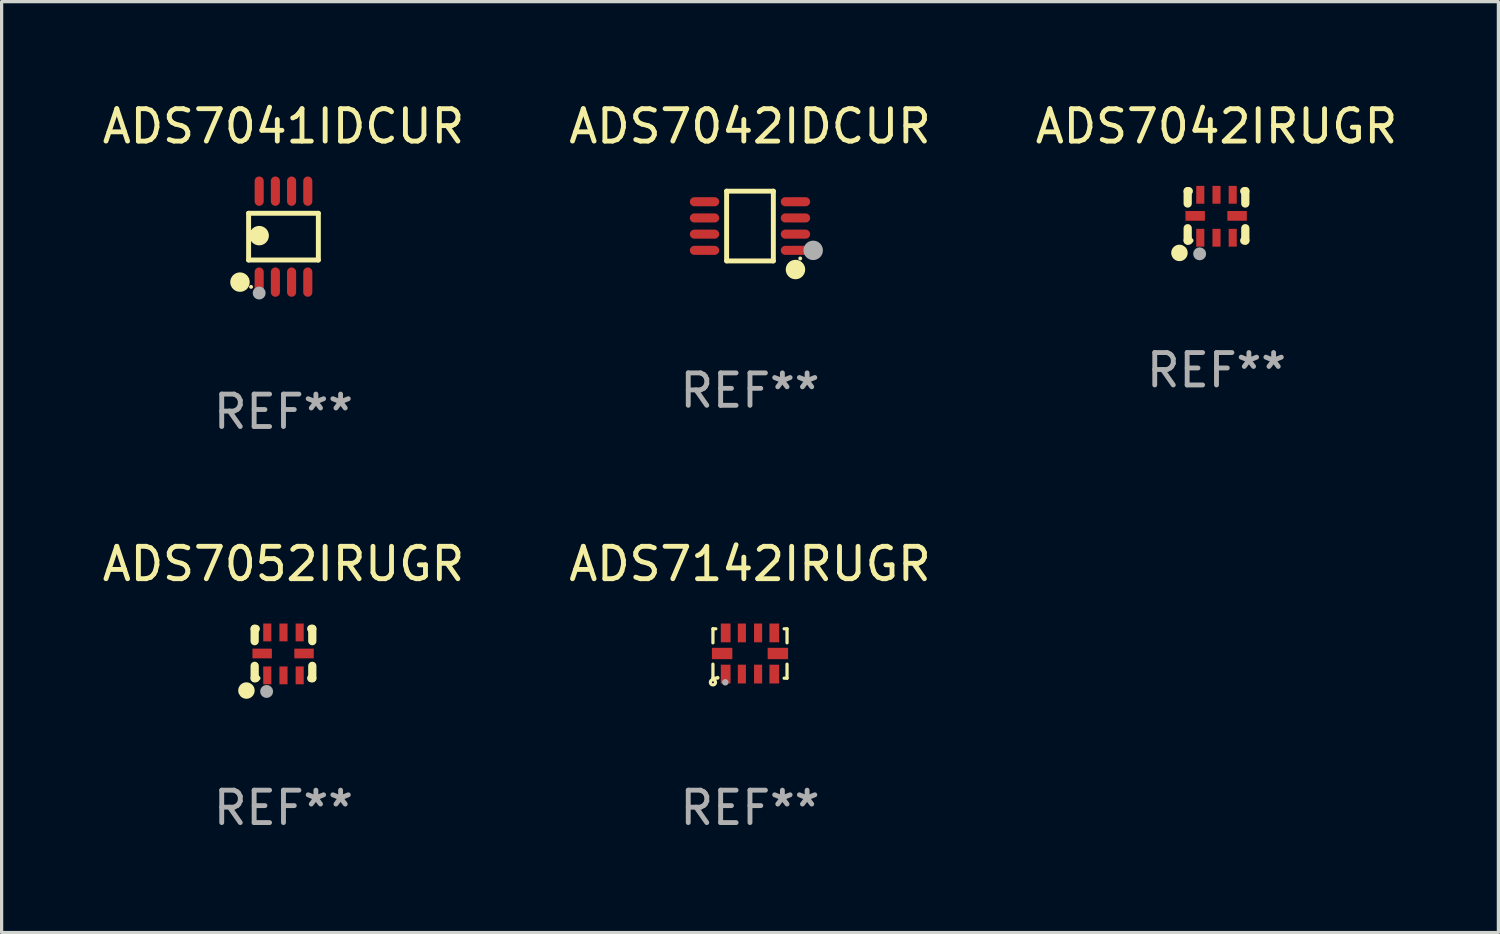
<source format=kicad_pcb>
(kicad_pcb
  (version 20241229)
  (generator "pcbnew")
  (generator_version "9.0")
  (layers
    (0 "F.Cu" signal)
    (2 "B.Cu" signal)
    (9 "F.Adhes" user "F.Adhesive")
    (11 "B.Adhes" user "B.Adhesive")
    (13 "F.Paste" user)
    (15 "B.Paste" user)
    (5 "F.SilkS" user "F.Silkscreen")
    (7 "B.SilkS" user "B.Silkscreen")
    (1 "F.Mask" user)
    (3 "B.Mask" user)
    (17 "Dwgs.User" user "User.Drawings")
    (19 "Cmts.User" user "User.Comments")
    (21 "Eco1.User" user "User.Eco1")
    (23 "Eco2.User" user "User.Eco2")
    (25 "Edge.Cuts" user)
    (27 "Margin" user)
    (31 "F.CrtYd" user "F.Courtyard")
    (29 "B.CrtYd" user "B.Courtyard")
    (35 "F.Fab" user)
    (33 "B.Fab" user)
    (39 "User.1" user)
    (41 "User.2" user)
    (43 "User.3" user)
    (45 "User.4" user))
  (footprint "ADS7052IRUGR"
    (layer "F.Cu")
    (at 5.696 17.112)
    (property "Reference" "ADS7052IRUGR" (at 0 -2.762 0) (layer "F.SilkS") (effects (font (size 1 1) (thickness 0.15))))
    (attr through_hole)
    (fp_line (start -0.889 -0.762) (end -0.889 -0.381) (stroke (width 0.254) (type solid)) (layer "F.SilkS"))
    (fp_line (start -0.889 0.381) (end -0.889 0.762) (stroke (width 0.254) (type solid)) (layer "F.SilkS"))
    (fp_line (start -0.889 0.762) (end -0.856 0.762) (stroke (width 0.254) (type solid)) (layer "F.SilkS"))
    (fp_line (start -0.856 -0.762) (end -0.889 -0.762) (stroke (width 0.254) (type solid)) (layer "F.SilkS"))
    (fp_line (start 0.856 0.762) (end 0.889 0.762) (stroke (width 0.254) (type solid)) (layer "F.SilkS"))
    (fp_line (start 0.889 -0.762) (end 0.856 -0.762) (stroke (width 0.254) (type solid)) (layer "F.SilkS"))
    (fp_line (start 0.889 -0.381) (end 0.889 -0.762) (stroke (width 0.254) (type solid)) (layer "F.SilkS"))
    (fp_line (start 0.889 0.762) (end 0.889 0.381) (stroke (width 0.254) (type solid)) (layer "F.SilkS"))
    (fp_circle (center -1.143 1.143) (end -1.016 1.143) (stroke (width 0.254) (type solid)) (fill no) (layer "F.SilkS"))
    (fp_circle (center -0.768 0.762) (end -0.738 0.762) (stroke (width 0.06) (type solid)) (fill no) (layer "F.SilkS"))
    (fp_circle (center -0.52 1.171) (end -0.42 1.171) (stroke (width 0.2) (type solid)) (fill no) (layer "F.Fab"))
    (fp_text user "REF**" (at 0 4.762 0) (layer "F.Fab") (effects (font (size 1 1) (thickness 0.15))))
    (pad "1" smd rect (at -0.5 0.675 270) (size 0.55 0.25) (layers "F.Cu" "F.Mask" "F.Paste"))
    (pad "2" smd rect (at 0.000025 0.675 270) (size 0.55 0.25) (layers "F.Cu" "F.Mask" "F.Paste"))
    (pad "3" smd rect (at 0.5 0.675 270) (size 0.55 0.25) (layers "F.Cu" "F.Mask" "F.Paste"))
    (pad "4" smd rect (at 0.635 0.000051) (size 0.6 0.3) (layers "F.Cu" "F.Mask" "F.Paste"))
    (pad "5" smd rect (at 0.5 -0.65 270) (size 0.55 0.25) (layers "F.Cu" "F.Mask" "F.Paste"))
    (pad "6" smd rect (at 0.000025 -0.65 270) (size 0.55 0.25) (layers "F.Cu" "F.Mask" "F.Paste"))
    (pad "7" smd rect (at -0.5 -0.65 270) (size 0.55 0.25) (layers "F.Cu" "F.Mask" "F.Paste"))
    (pad "8" smd rect (at -0.658 0.000051) (size 0.6 0.3) (layers "F.Cu" "F.Mask" "F.Paste")))
  (footprint "ADS7041IDCUR"
    (layer "F.Cu")
    (at 5.696 4.251)
    (property "Reference" "ADS7041IDCUR" (at 0 -3.403 0) (layer "F.SilkS") (effects (font (size 1 1) (thickness 0.15))))
    (attr through_hole)
    (fp_line (start -1.076 -0.721) (end 1.076 -0.721) (stroke (width 0.152) (type solid)) (layer "F.SilkS"))
    (fp_line (start -1.076 0.721) (end -1.076 -0.721) (stroke (width 0.152) (type solid)) (layer "F.SilkS"))
    (fp_line (start 1.076 -0.721) (end 1.076 0.721) (stroke (width 0.152) (type solid)) (layer "F.SilkS"))
    (fp_line (start 1.076 0.721) (end -1.076 0.721) (stroke (width 0.152) (type solid)) (layer "F.SilkS"))
    (fp_circle (center -1.342 1.403) (end -1.192 1.403) (stroke (width 0.3) (type solid)) (fill no) (layer "F.SilkS"))
    (fp_circle (center -1 1.55) (end -0.97 1.55) (stroke (width 0.06) (type solid)) (fill no) (layer "F.SilkS"))
    (fp_circle (center -0.75 -0.031) (end -0.6 -0.031) (stroke (width 0.3) (type solid)) (fill no) (layer "F.SilkS"))
    (fp_circle (center -0.75 1.74) (end -0.65 1.74) (stroke (width 0.2) (type solid)) (fill no) (layer "F.Fab"))
    (fp_text user "REF**" (at 0 5.403 0) (layer "F.Fab") (effects (font (size 1 1) (thickness 0.15))))
    (pad "1" smd oval (at -0.75 1.403) (size 0.28 0.905) (layers "F.Cu" "F.Mask" "F.Paste"))
    (pad "2" smd oval (at -0.25 1.403) (size 0.28 0.905) (layers "F.Cu" "F.Mask" "F.Paste"))
    (pad "3" smd oval (at 0.25 1.403) (size 0.28 0.905) (layers "F.Cu" "F.Mask" "F.Paste"))
    (pad "4" smd oval (at 0.75 1.403) (size 0.28 0.905) (layers "F.Cu" "F.Mask" "F.Paste"))
    (pad "5" smd oval (at 0.75 -1.403) (size 0.28 0.905) (layers "F.Cu" "F.Mask" "F.Paste"))
    (pad "6" smd oval (at 0.25 -1.403) (size 0.28 0.905) (layers "F.Cu" "F.Mask" "F.Paste"))
    (pad "7" smd oval (at -0.25 -1.403) (size 0.28 0.905) (layers "F.Cu" "F.Mask" "F.Paste"))
    (pad "8" smd oval (at -0.75 -1.403) (size 0.28 0.905) (layers "F.Cu" "F.Mask" "F.Paste")))
  (footprint "ADS7142IRUGR"
    (layer "F.Cu")
    (at 20.089 17.112)
    (property "Reference" "ADS7142IRUGR" (at 0 -2.762 0) (layer "F.SilkS") (effects (font (size 1 1) (thickness 0.15))))
    (attr through_hole)
    (fp_line (start -1.143 -0.762) (end -1.143 -0.329) (stroke (width 0.1) (type solid)) (layer "F.SilkS"))
    (fp_line (start -1.143 0.329) (end -1.143 0.762) (stroke (width 0.1) (type solid)) (layer "F.SilkS"))
    (fp_line (start -1.143 0.762) (end -1.054 0.762) (stroke (width 0.1) (type solid)) (layer "F.SilkS"))
    (fp_line (start -1.054 -0.762) (end -1.143 -0.762) (stroke (width 0.1) (type solid)) (layer "F.SilkS"))
    (fp_line (start 1.054 0.762) (end 1.143 0.762) (stroke (width 0.1) (type solid)) (layer "F.SilkS"))
    (fp_line (start 1.143 -0.762) (end 1.054 -0.762) (stroke (width 0.1) (type solid)) (layer "F.SilkS"))
    (fp_line (start 1.143 -0.329) (end 1.143 -0.762) (stroke (width 0.1) (type solid)) (layer "F.SilkS"))
    (fp_line (start 1.143 0.762) (end 1.143 0.329) (stroke (width 0.1) (type solid)) (layer "F.SilkS"))
    (fp_circle (center -1.143 0.889) (end -1.063 0.889) (stroke (width 0.1) (type solid)) (fill no) (layer "F.SilkS"))
    (fp_circle (center -1 0.75) (end -0.97 0.75) (stroke (width 0.06) (type solid)) (fill no) (layer "F.SilkS"))
    (fp_circle (center -0.762 0.889) (end -0.712 0.889) (stroke (width 0.1) (type solid)) (fill no) (layer "F.Fab"))
    (fp_text user "REF**" (at 0 4.762 0) (layer "F.Fab") (effects (font (size 1 1) (thickness 0.15))))
    (pad "1" smd rect (at -0.75 0.635) (size 0.3 0.58) (layers "F.Cu" "F.Mask" "F.Paste"))
    (pad "2" smd rect (at -0.25 0.635) (size 0.25 0.58) (layers "F.Cu" "F.Mask" "F.Paste"))
    (pad "3" smd rect (at 0.25 0.635) (size 0.25 0.58) (layers "F.Cu" "F.Mask" "F.Paste"))
    (pad "4" smd rect (at 0.75 0.635) (size 0.3 0.58) (layers "F.Cu" "F.Mask" "F.Paste"))
    (pad "5" smd rect (at 0.86 0 90) (size 0.35 0.63) (layers "F.Cu" "F.Mask" "F.Paste"))
    (pad "6" smd rect (at 0.75 -0.635) (size 0.3 0.58) (layers "F.Cu" "F.Mask" "F.Paste"))
    (pad "7" smd rect (at 0.25 -0.635) (size 0.25 0.58) (layers "F.Cu" "F.Mask" "F.Paste"))
    (pad "8" smd rect (at -0.25 -0.635) (size 0.25 0.58) (layers "F.Cu" "F.Mask" "F.Paste"))
    (pad "9" smd rect (at -0.75 -0.635) (size 0.3 0.58) (layers "F.Cu" "F.Mask" "F.Paste"))
    (pad "10" smd rect (at -0.86 0 90) (size 0.35 0.63) (layers "F.Cu" "F.Mask" "F.Paste")))
  (footprint "ADS7042IRUGR"
    (layer "F.Cu")
    (at 34.482 3.61)
    (property "Reference" "ADS7042IRUGR" (at 0 -2.762 0) (layer "F.SilkS") (effects (font (size 1 1) (thickness 0.15))))
    (attr through_hole)
    (fp_line (start -0.889 -0.762) (end -0.889 -0.381) (stroke (width 0.254) (type solid)) (layer "F.SilkS"))
    (fp_line (start -0.889 0.381) (end -0.889 0.762) (stroke (width 0.254) (type solid)) (layer "F.SilkS"))
    (fp_line (start -0.889 0.762) (end -0.856 0.762) (stroke (width 0.254) (type solid)) (layer "F.SilkS"))
    (fp_line (start -0.856 -0.762) (end -0.889 -0.762) (stroke (width 0.254) (type solid)) (layer "F.SilkS"))
    (fp_line (start 0.856 0.762) (end 0.889 0.762) (stroke (width 0.254) (type solid)) (layer "F.SilkS"))
    (fp_line (start 0.889 -0.762) (end 0.856 -0.762) (stroke (width 0.254) (type solid)) (layer "F.SilkS"))
    (fp_line (start 0.889 -0.381) (end 0.889 -0.762) (stroke (width 0.254) (type solid)) (layer "F.SilkS"))
    (fp_line (start 0.889 0.762) (end 0.889 0.381) (stroke (width 0.254) (type solid)) (layer "F.SilkS"))
    (fp_circle (center -1.143 1.143) (end -1.016 1.143) (stroke (width 0.254) (type solid)) (fill no) (layer "F.SilkS"))
    (fp_circle (center -0.768 0.762) (end -0.738 0.762) (stroke (width 0.06) (type solid)) (fill no) (layer "F.SilkS"))
    (fp_circle (center -0.52 1.171) (end -0.42 1.171) (stroke (width 0.2) (type solid)) (fill no) (layer "F.Fab"))
    (fp_text user "REF**" (at 0 4.762 0) (layer "F.Fab") (effects (font (size 1 1) (thickness 0.15))))
    (pad "1" smd rect (at -0.5 0.675 270) (size 0.55 0.25) (layers "F.Cu" "F.Mask" "F.Paste"))
    (pad "2" smd rect (at 0.000025 0.675 270) (size 0.55 0.25) (layers "F.Cu" "F.Mask" "F.Paste"))
    (pad "3" smd rect (at 0.5 0.675 270) (size 0.55 0.25) (layers "F.Cu" "F.Mask" "F.Paste"))
    (pad "4" smd rect (at 0.635 0.000051) (size 0.6 0.3) (layers "F.Cu" "F.Mask" "F.Paste"))
    (pad "5" smd rect (at 0.5 -0.65 270) (size 0.55 0.25) (layers "F.Cu" "F.Mask" "F.Paste"))
    (pad "6" smd rect (at 0.000025 -0.65 270) (size 0.55 0.25) (layers "F.Cu" "F.Mask" "F.Paste"))
    (pad "7" smd rect (at -0.5 -0.65 270) (size 0.55 0.25) (layers "F.Cu" "F.Mask" "F.Paste"))
    (pad "8" smd rect (at -0.658 0.000051) (size 0.6 0.3) (layers "F.Cu" "F.Mask" "F.Paste")))
  (footprint "ADS7042IDCUR"
    (layer "F.Cu")
    (at 20.089 3.924)
    (property "Reference" "ADS7042IDCUR" (at 0 -3.076 0) (layer "F.SilkS") (effects (font (size 1 1) (thickness 0.15))))
    (attr through_hole)
    (fp_line (start -0.721 -1.076) (end 0.721 -1.076) (stroke (width 0.152) (type solid)) (layer "F.SilkS"))
    (fp_line (start -0.721 1.076) (end -0.721 -1.076) (stroke (width 0.152) (type solid)) (layer "F.SilkS"))
    (fp_line (start 0.721 -1.076) (end 0.721 1.076) (stroke (width 0.152) (type solid)) (layer "F.SilkS"))
    (fp_line (start 0.721 1.076) (end -0.721 1.076) (stroke (width 0.152) (type solid)) (layer "F.SilkS"))
    (fp_circle (center 1.403 1.342) (end 1.553 1.342) (stroke (width 0.3) (type solid)) (fill no) (layer "F.SilkS"))
    (fp_circle (center 1.55 1) (end 1.58 1) (stroke (width 0.06) (type solid)) (fill no) (layer "F.SilkS"))
    (fp_circle (center 1.95 0.75) (end 2.1 0.75) (stroke (width 0.3) (type solid)) (fill no) (layer "F.Fab"))
    (fp_text user "REF**" (at 0 5.076 0) (layer "F.Fab") (effects (font (size 1 1) (thickness 0.15))))
    (pad "1" smd oval (at 1.403 0.75 90) (size 0.28 0.905) (layers "F.Cu" "F.Mask" "F.Paste"))
    (pad "2" smd oval (at 1.403 0.25 90) (size 0.28 0.905) (layers "F.Cu" "F.Mask" "F.Paste"))
    (pad "3" smd oval (at 1.403 -0.25 90) (size 0.28 0.905) (layers "F.Cu" "F.Mask" "F.Paste"))
    (pad "4" smd oval (at 1.403 -0.75 90) (size 0.28 0.905) (layers "F.Cu" "F.Mask" "F.Paste"))
    (pad "5" smd oval (at -1.403 -0.75 90) (size 0.28 0.905) (layers "F.Cu" "F.Mask" "F.Paste"))
    (pad "6" smd oval (at -1.403 -0.25 90) (size 0.28 0.905) (layers "F.Cu" "F.Mask" "F.Paste"))
    (pad "7" smd oval (at -1.403 0.25 90) (size 0.28 0.905) (layers "F.Cu" "F.Mask" "F.Paste"))
    (pad "8" smd oval (at -1.403 0.75 90) (size 0.28 0.905) (layers "F.Cu" "F.Mask" "F.Paste")))
  (gr_rect
    (start -3 -3)
    (end 43.179 25.722)
    (stroke (width 0.1) (type default))
    (fill no)
    (layer "Edge.Cuts")))
</source>
